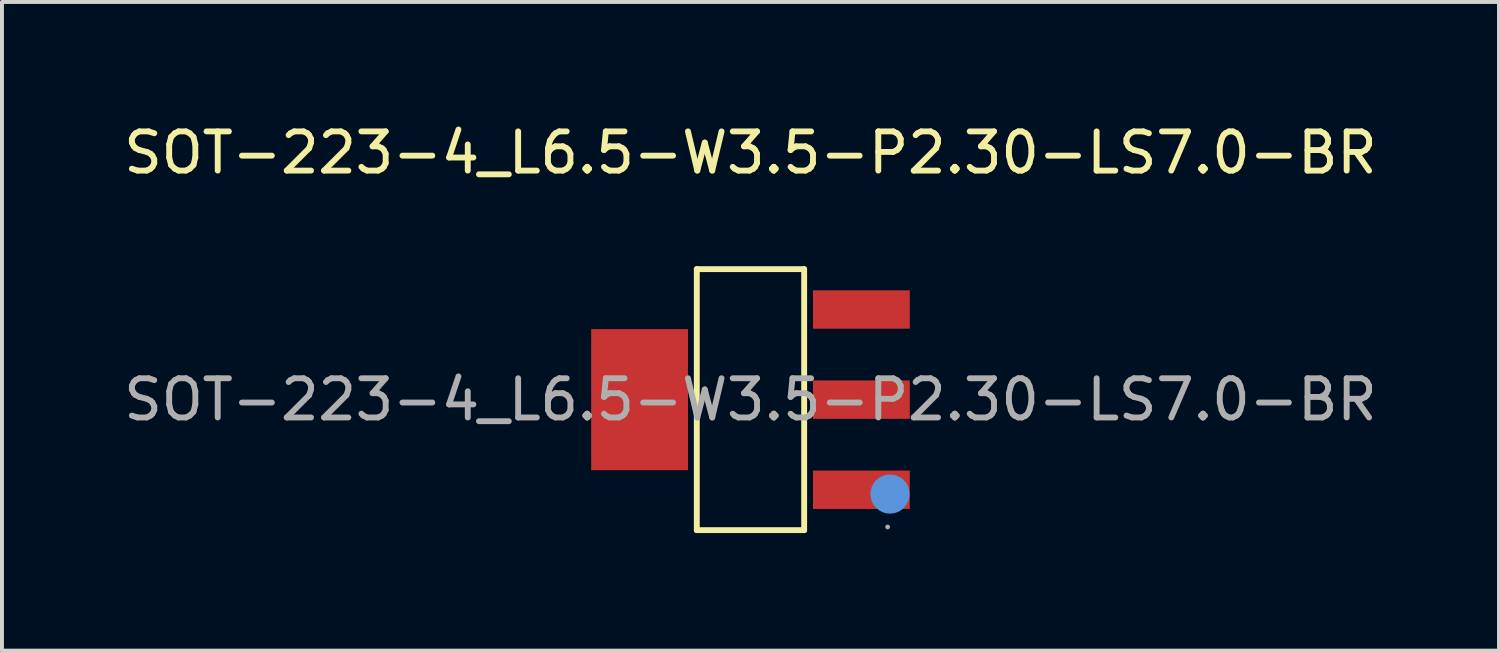
<source format=kicad_pcb>
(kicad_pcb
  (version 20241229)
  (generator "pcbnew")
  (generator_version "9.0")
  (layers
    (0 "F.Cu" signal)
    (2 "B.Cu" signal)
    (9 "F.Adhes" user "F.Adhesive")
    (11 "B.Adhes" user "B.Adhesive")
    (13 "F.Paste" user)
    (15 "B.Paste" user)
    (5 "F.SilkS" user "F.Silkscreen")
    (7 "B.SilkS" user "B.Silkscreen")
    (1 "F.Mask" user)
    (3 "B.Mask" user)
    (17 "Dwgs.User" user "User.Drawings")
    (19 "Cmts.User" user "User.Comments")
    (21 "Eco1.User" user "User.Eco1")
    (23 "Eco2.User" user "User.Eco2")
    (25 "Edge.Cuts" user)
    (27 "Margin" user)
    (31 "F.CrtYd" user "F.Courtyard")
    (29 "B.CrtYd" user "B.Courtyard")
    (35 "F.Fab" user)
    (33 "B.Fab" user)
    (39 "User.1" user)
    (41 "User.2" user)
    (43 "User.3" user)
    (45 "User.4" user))
  (footprint "SOT-223-4_L6.5-W3.5-P2.30-LS7.0-BR"
    (layer "F.Cu")
    (at 16.101 7.148)
    (property "Reference" "SOT-223-4_L6.5-W3.5-P2.30-LS7.0-BR" (at 0 -6.3 0) (layer "F.SilkS") (effects (font (size 1 1) (thickness 0.15))))
    (attr smd)
    (fp_line (start -1.37 -3.33) (end 1.37 -3.33) (stroke (width 0.15) (type solid)) (layer "F.SilkS"))
    (fp_line (start -1.37 3.33) (end -1.37 -3.33) (stroke (width 0.15) (type solid)) (layer "F.SilkS"))
    (fp_line (start 1.37 -3.33) (end 1.37 3.33) (stroke (width 0.15) (type solid)) (layer "F.SilkS"))
    (fp_line (start 1.37 3.33) (end -1.37 3.33) (stroke (width 0.15) (type solid)) (layer "F.SilkS"))
    (fp_circle (center 3.56 2.41) (end 3.81 2.41) (stroke (width 0.5) (type solid)) (fill no) (layer "Cmts.User"))
    (fp_circle (center 3.5 3.25) (end 3.53 3.25) (stroke (width 0.06) (type solid)) (fill no) (layer "F.Fab"))
    (fp_text user "${REFERENCE}" (at 0 0 0) (layer "F.Fab") (effects (font (size 1 1) (thickness 0.15))))
    (pad "1" smd rect (at 2.83 2.3) (size 2.47 0.98) (layers "F.Cu" "F.Mask" "F.Paste"))
    (pad "2" smd rect (at 2.83 0) (size 2.47 0.98) (layers "F.Cu" "F.Mask" "F.Paste"))
    (pad "3" smd rect (at 2.83 -2.3) (size 2.47 0.98) (layers "F.Cu" "F.Mask" "F.Paste"))
    (pad "4" smd rect (at -2.83 0) (size 2.47 3.6) (layers "F.Cu" "F.Mask" "F.Paste")))
  (gr_rect
    (start -3 -3)
    (end 35.202 13.553)
    (stroke (width 0.1) (type default))
    (fill no)
    (layer "Edge.Cuts")))
</source>
